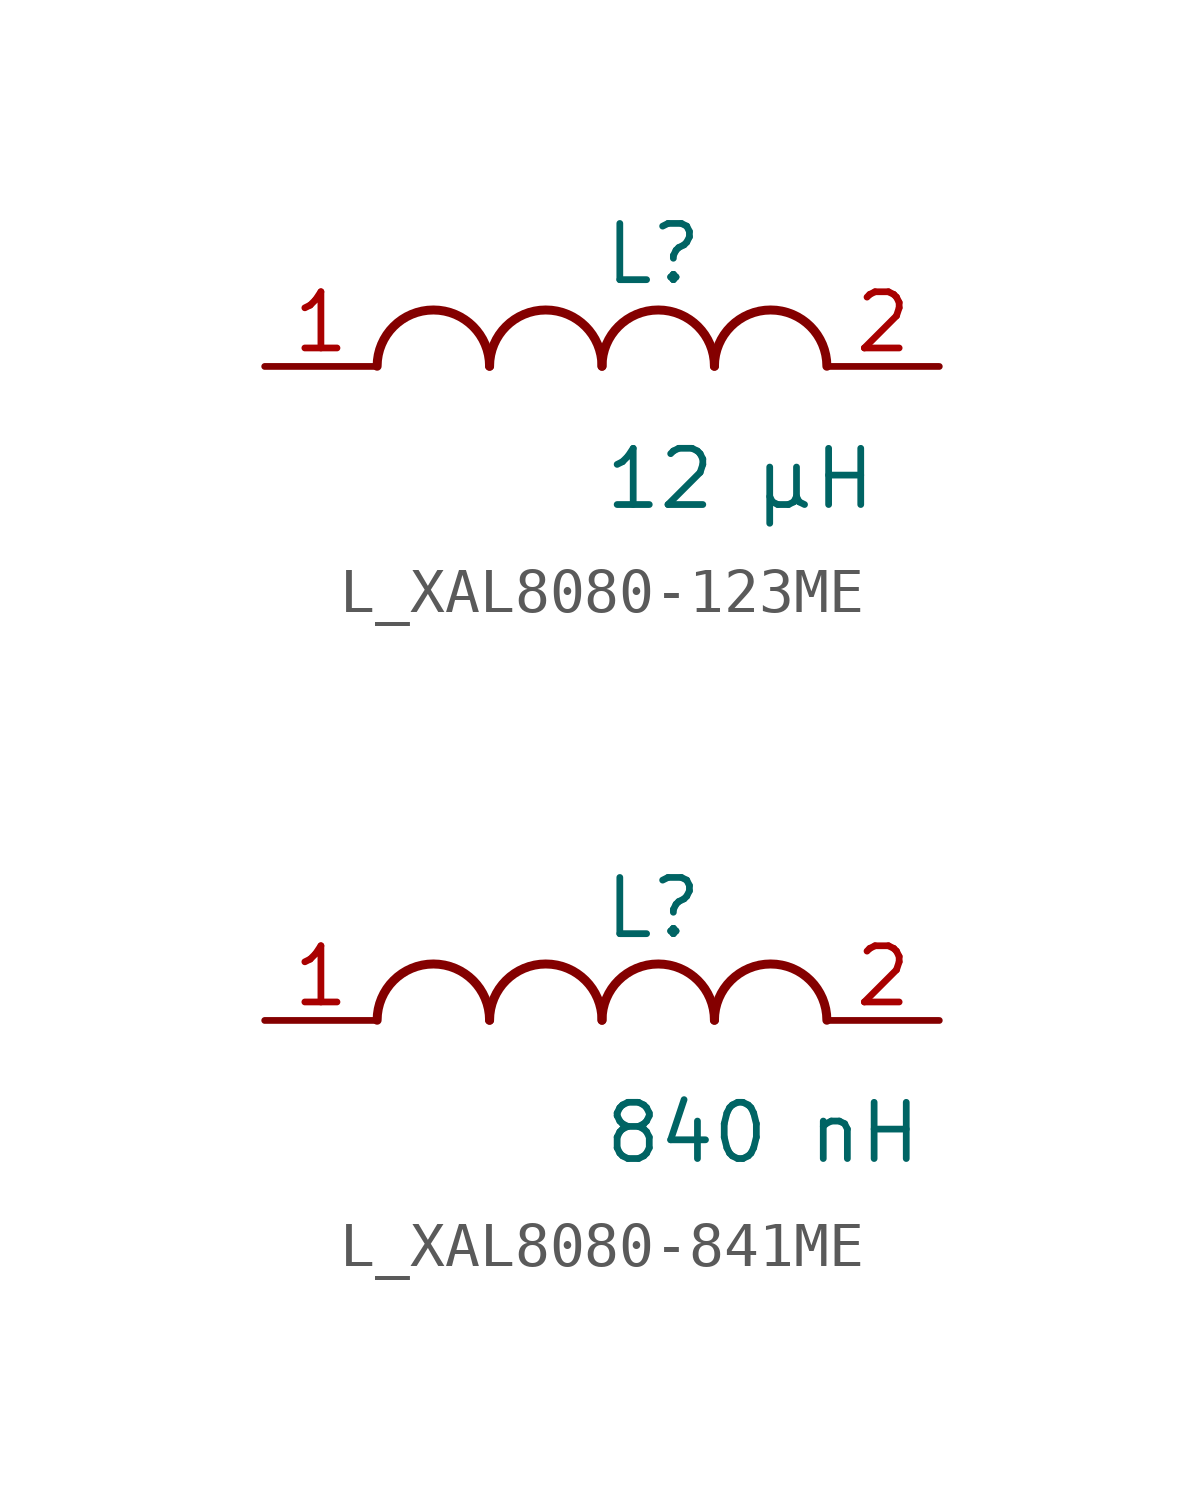
<source format=kicad_sym>
(kicad_symbol_lib
  (version 20231120)
  (generator "kicad_symbol_editor")
  (generator_version "8.0")
  (symbol "L_XAL8080-123ME"
    (pin_names
      (offset 0.254))
    (property "Value" "12 µH"
      (at 0 -2.54 0)
      (effects (font (size 1.27 1.27)) (justify left)))
    (property "Reference" "L"
      (at 0 2.54 0)
      (effects (font (size 1.27 1.27)) (justify left)))
    (symbol "L_XAL8080-123ME_1_1"
      (arc (start -2.54 0.0056) (mid -3.81 1.27) (end -5.08 0.0056) (stroke (width 0.2032) (type default)) (fill (type none)))
      (arc (start 0 0.0056) (mid -1.27 1.27) (end -2.54 0.0056) (stroke (width 0.2032) (type default)) (fill (type none)))
      (arc (start 2.54 0.0056) (mid 1.27 1.27) (end 0 0.0056) (stroke (width 0.2032) (type default)) (fill (type none)))
      (arc (start 5.08 0.0056) (mid 3.81 1.27) (end 2.54 0.0056) (stroke (width 0.2032) (type default)) (fill (type none)))
      (pin unspecified line (at -7.62 0 0) (length 2.54) (name "" (effects (font (size 1.27 1.27)))) (number "1" (effects (font (size 1.27 1.27)))))
      (pin unspecified line (at 7.62 0 180) (length 2.54) (name "" (effects (font (size 1.27 1.27)))) (number "2" (effects (font (size 1.27 1.27)))))))
  (symbol "L_XAL8080-841ME"
    (pin_names
      (offset 0.254))
    (property "Value" "840 nH"
      (at 0 -2.54 0)
      (effects (font (size 1.27 1.27)) (justify left)))
    (property "Reference" "L"
      (at 0 2.54 0)
      (effects (font (size 1.27 1.27)) (justify left)))
    (symbol "L_XAL8080-841ME_1_1"
      (arc (start -2.54 0.0056) (mid -3.81 1.27) (end -5.08 0.0056) (stroke (width 0.2032) (type default)) (fill (type none)))
      (arc (start 0 0.0056) (mid -1.27 1.27) (end -2.54 0.0056) (stroke (width 0.2032) (type default)) (fill (type none)))
      (arc (start 2.54 0.0056) (mid 1.27 1.27) (end 0 0.0056) (stroke (width 0.2032) (type default)) (fill (type none)))
      (arc (start 5.08 0.0056) (mid 3.81 1.27) (end 2.54 0.0056) (stroke (width 0.2032) (type default)) (fill (type none)))
      (pin unspecified line (at -7.62 0 0) (length 2.54) (name "" (effects (font (size 1.27 1.27)))) (number "1" (effects (font (size 1.27 1.27)))))
      (pin unspecified line (at 7.62 0 180) (length 2.54) (name "" (effects (font (size 1.27 1.27)))) (number "2" (effects (font (size 1.27 1.27))))))))
</source>
